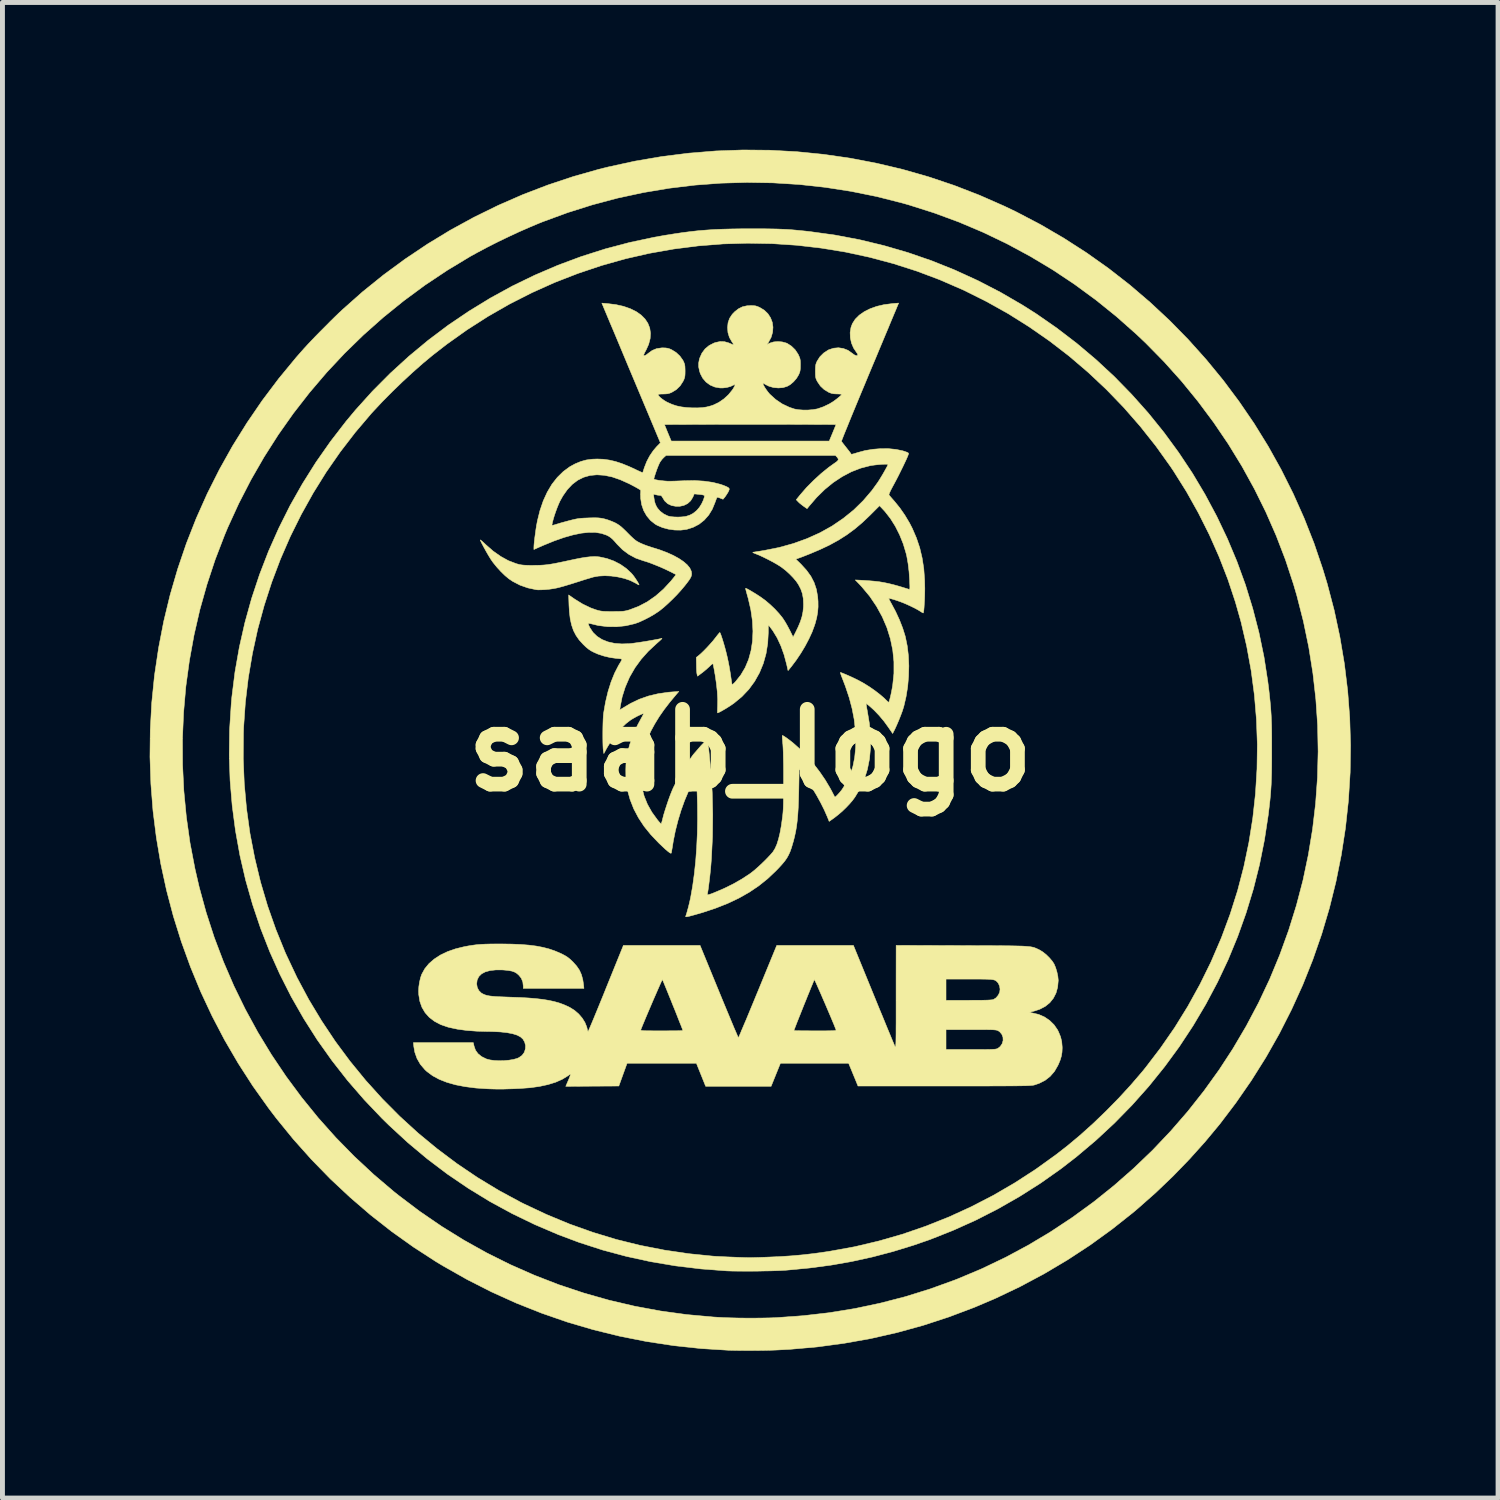
<source format=kicad_pcb>
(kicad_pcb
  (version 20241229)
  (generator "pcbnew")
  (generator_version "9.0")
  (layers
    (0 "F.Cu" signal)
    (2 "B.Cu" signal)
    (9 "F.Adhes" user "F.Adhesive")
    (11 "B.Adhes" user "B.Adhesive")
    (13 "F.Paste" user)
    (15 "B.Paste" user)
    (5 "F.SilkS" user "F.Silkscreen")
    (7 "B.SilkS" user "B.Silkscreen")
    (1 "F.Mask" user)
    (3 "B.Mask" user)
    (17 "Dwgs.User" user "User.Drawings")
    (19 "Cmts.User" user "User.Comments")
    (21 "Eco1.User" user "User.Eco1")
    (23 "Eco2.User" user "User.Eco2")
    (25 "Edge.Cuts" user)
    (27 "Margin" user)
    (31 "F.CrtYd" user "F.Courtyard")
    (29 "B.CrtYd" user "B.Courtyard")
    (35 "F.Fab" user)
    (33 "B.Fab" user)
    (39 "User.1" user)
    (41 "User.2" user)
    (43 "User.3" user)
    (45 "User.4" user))
  (footprint "saab_logo"
    (layer "F.Cu")
    (at 12.233 12.234)
    (property "Reference" "saab_logo" (at 0 0 0) (layer "F.SilkS") (effects (font (size 1.524 1.524) (thickness 0.3))))
    (attr through_hole)
    (fp_poly (pts (xy -5.491 -4.282) (xy -5.468 -4.263) (xy -5.433 -4.232) (xy -5.392 -4.193) (xy -5.239 -4.059) (xy -5.083 -3.949) (xy -4.927 -3.863) (xy -4.77 -3.803) (xy -4.743 -3.795) (xy -4.702 -3.784) (xy -4.662 -3.777) (xy -4.618 -3.772) (xy -4.565 -3.769) (xy -4.497 -3.767) (xy -4.42 -3.767) (xy -4.342 -3.768) (xy -4.272 -3.77) (xy -4.207 -3.774) (xy -4.142 -3.78) (xy -4.073 -3.79) (xy -3.995 -3.803) (xy -3.905 -3.821) (xy -3.799 -3.843) (xy -3.684 -3.868) (xy -3.551 -3.896) (xy -3.438 -3.918) (xy -3.343 -3.933) (xy -3.262 -3.942) (xy -3.191 -3.946) (xy -3.127 -3.945) (xy -3.068 -3.939) (xy -2.921 -3.907) (xy -2.779 -3.856) (xy -2.645 -3.787) (xy -2.525 -3.703) (xy -2.422 -3.607) (xy -2.396 -3.577) (xy -2.368 -3.541) (xy -2.339 -3.499) (xy -2.31 -3.455) (xy -2.286 -3.416) (xy -2.27 -3.386) (xy -2.265 -3.37) (xy -2.265 -3.369) (xy -2.277 -3.373) (xy -2.305 -3.387) (xy -2.342 -3.409) (xy -2.343 -3.409) (xy -2.445 -3.46) (xy -2.565 -3.501) (xy -2.696 -3.531) (xy -2.831 -3.55) (xy -2.965 -3.556) (xy -3.09 -3.549) (xy -3.19 -3.531) (xy -3.232 -3.519) (xy -3.292 -3.501) (xy -3.366 -3.479) (xy -3.447 -3.453) (xy -3.531 -3.426) (xy -3.545 -3.422) (xy -3.632 -3.394) (xy -3.721 -3.367) (xy -3.805 -3.342) (xy -3.878 -3.322) (xy -3.934 -3.308) (xy -3.937 -3.307) (xy -4.011 -3.293) (xy -4.093 -3.281) (xy -4.178 -3.273) (xy -4.257 -3.269) (xy -4.325 -3.268) (xy -4.362 -3.272) (xy -4.531 -3.308) (xy -4.69 -3.364) (xy -4.837 -3.44) (xy -4.916 -3.493) (xy -4.994 -3.558) (xy -5.078 -3.639) (xy -5.161 -3.73) (xy -5.238 -3.825) (xy -5.26 -3.856) (xy -5.286 -3.894) (xy -5.317 -3.944) (xy -5.352 -4.003) (xy -5.388 -4.066) (xy -5.422 -4.128) (xy -5.453 -4.186) (xy -5.478 -4.234) (xy -5.494 -4.269) (xy -5.499 -4.286) (xy -5.491 -4.282)) (stroke (width 0.01) (type solid)) (fill yes) (layer "F.SilkS"))
    (fp_poly (pts (xy 0.399 -12.224) (xy 0.947 -12.194) (xy 1.492 -12.14) (xy 2.034 -12.062) (xy 2.572 -11.959) (xy 3.105 -11.833) (xy 3.633 -11.682) (xy 4.154 -11.507) (xy 4.668 -11.308) (xy 5.175 -11.085) (xy 5.423 -10.966) (xy 5.914 -10.709) (xy 6.39 -10.431) (xy 6.853 -10.133) (xy 7.3 -9.816) (xy 7.731 -9.48) (xy 8.146 -9.125) (xy 8.544 -8.754) (xy 8.925 -8.365) (xy 9.288 -7.96) (xy 9.633 -7.54) (xy 9.958 -7.105) (xy 10.265 -6.656) (xy 10.551 -6.193) (xy 10.816 -5.717) (xy 11.06 -5.229) (xy 11.283 -4.729) (xy 11.484 -4.219) (xy 11.661 -3.698) (xy 11.754 -3.391) (xy 11.895 -2.854) (xy 12.011 -2.311) (xy 12.103 -1.764) (xy 12.17 -1.213) (xy 12.212 -0.66) (xy 12.229 -0.106) (xy 12.221 0.448) (xy 12.187 1.001) (xy 12.185 1.029) (xy 12.125 1.584) (xy 12.04 2.134) (xy 11.931 2.678) (xy 11.798 3.215) (xy 11.641 3.744) (xy 11.46 4.265) (xy 11.256 4.777) (xy 11.028 5.279) (xy 10.778 5.772) (xy 10.505 6.254) (xy 10.209 6.725) (xy 9.891 7.184) (xy 9.565 7.614) (xy 9.266 7.974) (xy 8.946 8.33) (xy 8.609 8.678) (xy 8.259 9.013) (xy 7.9 9.33) (xy 7.806 9.41) (xy 7.371 9.755) (xy 6.922 10.08) (xy 6.458 10.384) (xy 5.981 10.667) (xy 5.492 10.928) (xy 4.992 11.166) (xy 4.562 11.349) (xy 4.044 11.544) (xy 3.521 11.715) (xy 2.992 11.861) (xy 2.456 11.983) (xy 1.913 12.08) (xy 1.363 12.154) (xy 0.806 12.203) (xy 0.54 12.217) (xy 0.433 12.221) (xy 0.31 12.224) (xy 0.175 12.226) (xy 0.035 12.227) (xy -0.103 12.227) (xy -0.234 12.226) (xy -0.351 12.224) (xy -0.438 12.222) (xy -1.004 12.187) (xy -1.563 12.127) (xy -2.115 12.043) (xy -2.66 11.935) (xy -3.197 11.803) (xy -3.728 11.647) (xy -4.25 11.466) (xy -4.764 11.262) (xy -5.269 11.034) (xy -5.765 10.782) (xy -6.253 10.506) (xy -6.401 10.417) (xy -6.858 10.121) (xy -7.303 9.804) (xy -7.734 9.466) (xy -8.151 9.107) (xy -8.553 8.731) (xy -8.938 8.336) (xy -9.306 7.924) (xy -9.654 7.497) (xy -9.812 7.289) (xy -10.133 6.838) (xy -10.432 6.374) (xy -10.709 5.899) (xy -10.963 5.413) (xy -11.195 4.917) (xy -11.403 4.412) (xy -11.589 3.899) (xy -11.752 3.378) (xy -11.891 2.85) (xy -12.007 2.316) (xy -12.098 1.778) (xy -12.166 1.234) (xy -12.209 0.687) (xy -12.228 0.138) (xy -12.224 -0.239) (xy -11.566 -0.239) (xy -11.564 0.293) (xy -11.538 0.826) (xy -11.487 1.358) (xy -11.412 1.888) (xy -11.311 2.415) (xy -11.225 2.788) (xy -11.084 3.303) (xy -10.919 3.811) (xy -10.73 4.31) (xy -10.519 4.799) (xy -10.285 5.278) (xy -10.03 5.745) (xy -9.753 6.201) (xy -9.455 6.644) (xy -9.137 7.073) (xy -8.8 7.488) (xy -8.443 7.888) (xy -8.067 8.272) (xy -7.673 8.639) (xy -7.261 8.989) (xy -7.167 9.064) (xy -6.735 9.391) (xy -6.29 9.696) (xy -5.833 9.979) (xy -5.365 10.24) (xy -4.886 10.478) (xy -4.396 10.694) (xy -3.898 10.887) (xy -3.391 11.056) (xy -2.876 11.202) (xy -2.355 11.324) (xy -1.827 11.422) (xy -1.294 11.495) (xy -0.757 11.544) (xy -0.552 11.556) (xy -0.409 11.561) (xy -0.249 11.565) (xy -0.079 11.567) (xy 0.093 11.567) (xy 0.26 11.565) (xy 0.415 11.562) (xy 0.535 11.557) (xy 1.076 11.518) (xy 1.608 11.457) (xy 2.131 11.372) (xy 2.646 11.263) (xy 3.156 11.131) (xy 3.661 10.974) (xy 4.162 10.793) (xy 4.229 10.767) (xy 4.718 10.561) (xy 5.196 10.332) (xy 5.664 10.081) (xy 6.12 9.808) (xy 6.564 9.514) (xy 6.994 9.201) (xy 7.409 8.868) (xy 7.81 8.516) (xy 8.195 8.147) (xy 8.562 7.76) (xy 8.912 7.357) (xy 9.243 6.938) (xy 9.555 6.504) (xy 9.829 6.084) (xy 10.103 5.619) (xy 10.355 5.143) (xy 10.583 4.659) (xy 10.787 4.166) (xy 10.968 3.666) (xy 11.126 3.159) (xy 11.26 2.647) (xy 11.369 2.129) (xy 11.455 1.607) (xy 11.517 1.082) (xy 11.555 0.554) (xy 11.568 0.025) (xy 11.558 -0.506) (xy 11.522 -1.037) (xy 11.462 -1.568) (xy 11.378 -2.098) (xy 11.269 -2.625) (xy 11.135 -3.15) (xy 11.066 -3.385) (xy 10.903 -3.881) (xy 10.715 -4.37) (xy 10.504 -4.852) (xy 10.27 -5.325) (xy 10.015 -5.788) (xy 9.738 -6.24) (xy 9.44 -6.679) (xy 9.122 -7.106) (xy 8.786 -7.518) (xy 8.43 -7.915) (xy 8.057 -8.295) (xy 7.868 -8.474) (xy 7.462 -8.834) (xy 7.042 -9.173) (xy 6.607 -9.492) (xy 6.159 -9.79) (xy 5.698 -10.066) (xy 5.225 -10.321) (xy 4.741 -10.553) (xy 4.247 -10.762) (xy 3.742 -10.948) (xy 3.229 -11.111) (xy 3.098 -11.148) (xy 2.579 -11.28) (xy 2.055 -11.386) (xy 1.528 -11.468) (xy 0.998 -11.526) (xy 0.467 -11.559) (xy -0.066 -11.568) (xy -0.597 -11.553) (xy -1.128 -11.513) (xy -1.656 -11.449) (xy -2.18 -11.361) (xy -2.7 -11.249) (xy -3.215 -11.112) (xy -3.723 -10.952) (xy -4.224 -10.768) (xy -4.299 -10.738) (xy -4.499 -10.654) (xy -4.711 -10.561) (xy -4.928 -10.46) (xy -5.144 -10.356) (xy -5.353 -10.25) (xy -5.549 -10.146) (xy -5.705 -10.06) (xy -6.172 -9.778) (xy -6.624 -9.477) (xy -7.059 -9.156) (xy -7.478 -8.817) (xy -7.88 -8.46) (xy -8.264 -8.086) (xy -8.631 -7.694) (xy -8.978 -7.287) (xy -9.307 -6.864) (xy -9.616 -6.426) (xy -9.904 -5.974) (xy -10.172 -5.508) (xy -10.419 -5.028) (xy -10.644 -4.537) (xy -10.709 -4.381) (xy -10.9 -3.884) (xy -11.067 -3.379) (xy -11.211 -2.868) (xy -11.33 -2.35) (xy -11.425 -1.827) (xy -11.497 -1.3) (xy -11.543 -0.771) (xy -11.566 -0.239) (xy -12.224 -0.239) (xy -12.222 -0.414) (xy -12.192 -0.967) (xy -12.136 -1.521) (xy -12.134 -1.537) (xy -12.052 -2.087) (xy -11.947 -2.63) (xy -11.817 -3.167) (xy -11.663 -3.695) (xy -11.486 -4.215) (xy -11.285 -4.726) (xy -11.061 -5.228) (xy -10.814 -5.719) (xy -10.545 -6.2) (xy -10.253 -6.669) (xy -9.94 -7.127) (xy -9.604 -7.573) (xy -9.247 -8.006) (xy -9.089 -8.185) (xy -9.023 -8.257) (xy -8.942 -8.343) (xy -8.851 -8.438) (xy -8.753 -8.538) (xy -8.651 -8.64) (xy -8.551 -8.741) (xy -8.455 -8.835) (xy -8.368 -8.919) (xy -8.309 -8.974) (xy -7.9 -9.337) (xy -7.474 -9.681) (xy -7.032 -10.006) (xy -6.577 -10.311) (xy -6.108 -10.596) (xy -5.627 -10.859) (xy -5.135 -11.1) (xy -4.634 -11.319) (xy -4.123 -11.515) (xy -3.604 -11.688) (xy -3.079 -11.837) (xy -2.897 -11.882) (xy -2.351 -12.001) (xy -1.802 -12.095) (xy -1.252 -12.164) (xy -0.701 -12.209) (xy -0.151 -12.229) (xy 0.399 -12.224)) (stroke (width 0.01) (type solid)) (fill yes) (layer "F.SilkS"))
    (fp_poly (pts (xy 0.163 -10.623) (xy 0.305 -10.623) (xy 0.429 -10.621) (xy 0.539 -10.619) (xy 0.64 -10.615) (xy 0.734 -10.611) (xy 0.826 -10.605) (xy 0.92 -10.597) (xy 1.02 -10.587) (xy 1.13 -10.576) (xy 1.219 -10.566) (xy 1.725 -10.496) (xy 2.227 -10.401) (xy 2.724 -10.281) (xy 3.215 -10.138) (xy 3.699 -9.971) (xy 4.174 -9.78) (xy 4.641 -9.566) (xy 5.097 -9.33) (xy 5.543 -9.071) (xy 5.818 -8.897) (xy 6.242 -8.603) (xy 6.651 -8.29) (xy 7.042 -7.96) (xy 7.416 -7.613) (xy 7.771 -7.249) (xy 8.109 -6.87) (xy 8.427 -6.476) (xy 8.726 -6.068) (xy 9.006 -5.647) (xy 9.264 -5.214) (xy 9.502 -4.769) (xy 9.719 -4.313) (xy 9.914 -3.848) (xy 10.087 -3.373) (xy 10.236 -2.889) (xy 10.363 -2.398) (xy 10.466 -1.9) (xy 10.544 -1.396) (xy 10.566 -1.219) (xy 10.579 -1.1) (xy 10.59 -0.994) (xy 10.599 -0.896) (xy 10.606 -0.802) (xy 10.612 -0.71) (xy 10.616 -0.614) (xy 10.62 -0.512) (xy 10.622 -0.398) (xy 10.623 -0.27) (xy 10.623 -0.123) (xy 10.623 0) (xy 10.623 0.174) (xy 10.622 0.327) (xy 10.62 0.463) (xy 10.616 0.585) (xy 10.612 0.698) (xy 10.605 0.805) (xy 10.597 0.912) (xy 10.587 1.02) (xy 10.574 1.136) (xy 10.559 1.262) (xy 10.553 1.314) (xy 10.475 1.825) (xy 10.374 2.33) (xy 10.249 2.827) (xy 10.1 3.316) (xy 9.929 3.795) (xy 9.735 4.266) (xy 9.518 4.726) (xy 9.28 5.174) (xy 9.021 5.611) (xy 8.741 6.036) (xy 8.44 6.447) (xy 8.119 6.845) (xy 7.779 7.227) (xy 7.419 7.595) (xy 7.041 7.946) (xy 6.644 8.281) (xy 6.325 8.528) (xy 5.914 8.818) (xy 5.487 9.089) (xy 5.046 9.341) (xy 4.594 9.572) (xy 4.131 9.78) (xy 3.662 9.966) (xy 3.327 10.082) (xy 2.907 10.211) (xy 2.49 10.321) (xy 2.071 10.413) (xy 1.645 10.488) (xy 1.208 10.546) (xy 0.755 10.589) (xy 0.718 10.592) (xy 0.635 10.597) (xy 0.531 10.601) (xy 0.412 10.605) (xy 0.283 10.607) (xy 0.147 10.61) (xy 0.011 10.611) (xy -0.121 10.611) (xy -0.245 10.61) (xy -0.355 10.609) (xy -0.446 10.606) (xy -0.476 10.605) (xy -1.003 10.565) (xy -1.519 10.503) (xy -2.025 10.418) (xy -2.521 10.31) (xy -3.009 10.179) (xy -3.488 10.024) (xy -3.905 9.868) (xy -4.387 9.662) (xy -4.854 9.436) (xy -5.306 9.19) (xy -5.744 8.922) (xy -6.168 8.634) (xy -6.578 8.324) (xy -6.975 7.992) (xy -7.359 7.638) (xy -7.5 7.5) (xy -7.861 7.121) (xy -8.202 6.728) (xy -8.521 6.32) (xy -8.82 5.899) (xy -9.096 5.465) (xy -9.352 5.017) (xy -9.585 4.556) (xy -9.786 4.108) (xy -9.974 3.628) (xy -10.138 3.14) (xy -10.279 2.645) (xy -10.395 2.144) (xy -10.486 1.638) (xy -10.553 1.128) (xy -10.596 0.614) (xy -10.611 0.169) (xy -10.328 0.169) (xy -10.307 0.681) (xy -10.261 1.189) (xy -10.191 1.693) (xy -10.095 2.191) (xy -9.976 2.684) (xy -9.832 3.171) (xy -9.663 3.651) (xy -9.471 4.123) (xy -9.451 4.167) (xy -9.234 4.627) (xy -8.995 5.074) (xy -8.734 5.508) (xy -8.454 5.928) (xy -8.153 6.334) (xy -7.834 6.724) (xy -7.496 7.098) (xy -7.14 7.456) (xy -6.768 7.796) (xy -6.379 8.117) (xy -5.975 8.42) (xy -5.556 8.703) (xy -5.122 8.966) (xy -4.676 9.207) (xy -4.608 9.241) (xy -4.146 9.458) (xy -3.68 9.651) (xy -3.208 9.819) (xy -2.731 9.964) (xy -2.246 10.084) (xy -1.752 10.181) (xy -1.249 10.255) (xy -0.806 10.3) (xy -0.752 10.305) (xy -0.693 10.309) (xy -0.628 10.312) (xy -0.553 10.316) (xy -0.466 10.32) (xy -0.363 10.324) (xy -0.241 10.329) (xy -0.098 10.334) (xy -0.044 10.335) (xy -0.018 10.335) (xy 0.029 10.335) (xy 0.095 10.333) (xy 0.173 10.331) (xy 0.261 10.328) (xy 0.343 10.325) (xy 0.602 10.314) (xy 0.844 10.298) (xy 1.077 10.277) (xy 1.309 10.25) (xy 1.549 10.216) (xy 1.632 10.203) (xy 2.127 10.113) (xy 2.616 9.997) (xy 3.1 9.858) (xy 3.576 9.694) (xy 4.044 9.508) (xy 4.503 9.298) (xy 4.952 9.066) (xy 5.39 8.811) (xy 5.816 8.535) (xy 6.23 8.237) (xy 6.458 8.06) (xy 6.72 7.841) (xy 6.986 7.602) (xy 7.249 7.349) (xy 7.507 7.086) (xy 7.753 6.818) (xy 7.984 6.549) (xy 8.053 6.464) (xy 8.359 6.063) (xy 8.647 5.647) (xy 8.914 5.215) (xy 9.16 4.77) (xy 9.385 4.313) (xy 9.587 3.844) (xy 9.601 3.81) (xy 9.776 3.338) (xy 9.928 2.858) (xy 10.055 2.371) (xy 10.158 1.879) (xy 10.237 1.383) (xy 10.292 0.884) (xy 10.323 0.383) (xy 10.33 -0.12) (xy 10.312 -0.623) (xy 10.27 -1.125) (xy 10.204 -1.624) (xy 10.113 -2.121) (xy 9.998 -2.614) (xy 9.882 -3.023) (xy 9.729 -3.484) (xy 9.551 -3.942) (xy 9.351 -4.393) (xy 9.129 -4.835) (xy 8.888 -5.266) (xy 8.627 -5.682) (xy 8.562 -5.779) (xy 8.264 -6.196) (xy 7.946 -6.597) (xy 7.611 -6.981) (xy 7.257 -7.348) (xy 6.887 -7.696) (xy 6.501 -8.026) (xy 6.099 -8.336) (xy 5.682 -8.626) (xy 5.252 -8.896) (xy 4.808 -9.144) (xy 4.351 -9.372) (xy 3.882 -9.576) (xy 3.867 -9.583) (xy 3.397 -9.76) (xy 2.919 -9.913) (xy 2.434 -10.043) (xy 1.943 -10.149) (xy 1.448 -10.23) (xy 0.949 -10.288) (xy 0.448 -10.321) (xy -0.055 -10.33) (xy -0.558 -10.315) (xy -1.061 -10.275) (xy -1.562 -10.211) (xy -2.059 -10.123) (xy -2.54 -10.013) (xy -3.03 -9.875) (xy -3.513 -9.713) (xy -3.986 -9.529) (xy -4.449 -9.321) (xy -4.902 -9.091) (xy -5.342 -8.839) (xy -5.77 -8.565) (xy -6.183 -8.271) (xy -6.464 -8.053) (xy -6.666 -7.885) (xy -6.876 -7.7) (xy -7.088 -7.504) (xy -7.296 -7.303) (xy -7.495 -7.102) (xy -7.679 -6.905) (xy -7.717 -6.864) (xy -8.044 -6.479) (xy -8.351 -6.08) (xy -8.638 -5.667) (xy -8.903 -5.241) (xy -9.147 -4.803) (xy -9.37 -4.354) (xy -9.57 -3.894) (xy -9.747 -3.426) (xy -9.902 -2.948) (xy -10.034 -2.464) (xy -10.141 -1.972) (xy -10.225 -1.476) (xy -10.285 -0.974) (xy -10.32 -0.468) (xy -10.324 -0.346) (xy -10.328 0.169) (xy -10.611 0.169) (xy -10.613 0.098) (xy -10.606 -0.42) (xy -10.573 -0.939) (xy -10.56 -1.086) (xy -10.496 -1.597) (xy -10.407 -2.103) (xy -10.294 -2.602) (xy -10.157 -3.095) (xy -9.996 -3.58) (xy -9.812 -4.057) (xy -9.604 -4.525) (xy -9.375 -4.983) (xy -9.122 -5.43) (xy -8.848 -5.866) (xy -8.551 -6.29) (xy -8.234 -6.701) (xy -8.042 -6.931) (xy -7.696 -7.315) (xy -7.333 -7.68) (xy -6.954 -8.026) (xy -6.56 -8.353) (xy -6.152 -8.66) (xy -5.729 -8.946) (xy -5.294 -9.212) (xy -4.847 -9.457) (xy -4.389 -9.679) (xy -3.92 -9.88) (xy -3.442 -10.058) (xy -2.955 -10.213) (xy -2.46 -10.344) (xy -1.958 -10.451) (xy -1.746 -10.489) (xy -1.558 -10.519) (xy -1.384 -10.545) (xy -1.22 -10.566) (xy -1.06 -10.584) (xy -0.902 -10.597) (xy -0.74 -10.608) (xy -0.57 -10.615) (xy -0.388 -10.62) (xy -0.188 -10.623) (xy 0 -10.623) (xy 0.163 -10.623)) (stroke (width 0.01) (type solid)) (fill yes) (layer "F.SilkS"))
    (fp_poly (pts (xy -5.061 3.945) (xy -4.855 3.948) (xy -4.672 3.956) (xy -4.507 3.969) (xy -4.359 3.988) (xy -4.224 4.014) (xy -4.099 4.046) (xy -3.982 4.086) (xy -3.869 4.134) (xy -3.835 4.15) (xy -3.771 4.184) (xy -3.719 4.217) (xy -3.669 4.257) (xy -3.613 4.31) (xy -3.612 4.311) (xy -3.536 4.396) (xy -3.479 4.48) (xy -3.439 4.57) (xy -3.411 4.673) (xy -3.396 4.772) (xy -3.388 4.851) (xy -4.623 4.851) (xy -4.623 4.806) (xy -4.633 4.719) (xy -4.664 4.643) (xy -4.711 4.584) (xy -4.753 4.546) (xy -4.8 4.518) (xy -4.857 4.498) (xy -4.929 4.485) (xy -5.019 4.476) (xy -5.049 4.474) (xy -5.185 4.474) (xy -5.301 4.487) (xy -5.398 4.514) (xy -5.473 4.554) (xy -5.528 4.608) (xy -5.561 4.675) (xy -5.563 4.68) (xy -5.573 4.758) (xy -5.561 4.831) (xy -5.529 4.894) (xy -5.478 4.945) (xy -5.448 4.962) (xy -5.417 4.976) (xy -5.385 4.988) (xy -5.349 4.997) (xy -5.304 5.005) (xy -5.249 5.011) (xy -5.181 5.017) (xy -5.096 5.021) (xy -4.991 5.025) (xy -4.883 5.029) (xy -4.686 5.036) (xy -4.513 5.046) (xy -4.359 5.059) (xy -4.222 5.075) (xy -4.101 5.095) (xy -3.991 5.119) (xy -3.892 5.147) (xy -3.799 5.181) (xy -3.711 5.22) (xy -3.677 5.237) (xy -3.582 5.296) (xy -3.496 5.37) (xy -3.423 5.455) (xy -3.367 5.545) (xy -3.33 5.637) (xy -3.321 5.676) (xy -3.314 5.708) (xy -3.305 5.726) (xy -3.303 5.728) (xy -3.297 5.716) (xy -3.289 5.699) (xy -2.23 5.699) (xy -2.227 5.704) (xy -2.216 5.707) (xy -2.195 5.71) (xy -2.162 5.712) (xy -2.115 5.714) (xy -2.051 5.714) (xy -1.968 5.715) (xy -1.862 5.715) (xy -1.805 5.715) (xy -1.703 5.715) (xy -1.609 5.714) (xy -1.527 5.714) (xy -1.46 5.713) (xy -1.409 5.711) (xy -1.379 5.71) (xy -1.372 5.709) (xy -1.376 5.695) (xy -1.389 5.661) (xy -1.409 5.609) (xy -1.436 5.543) (xy -1.467 5.464) (xy -1.501 5.377) (xy -1.538 5.284) (xy -1.577 5.189) (xy -1.615 5.093) (xy -1.653 5) (xy -1.688 4.913) (xy -1.72 4.835) (xy -1.747 4.769) (xy -1.768 4.718) (xy -1.783 4.684) (xy -1.789 4.671) (xy -1.789 4.671) (xy -1.795 4.681) (xy -1.81 4.711) (xy -1.832 4.759) (xy -1.86 4.823) (xy -1.893 4.898) (xy -1.93 4.983) (xy -1.97 5.074) (xy -2.011 5.17) (xy -2.052 5.266) (xy -2.092 5.36) (xy -2.13 5.45) (xy -2.164 5.532) (xy -2.194 5.604) (xy -2.218 5.663) (xy -2.229 5.693) (xy -2.23 5.699) (xy -3.289 5.699) (xy -3.282 5.683) (xy -3.259 5.63) (xy -3.229 5.559) (xy -3.192 5.471) (xy -3.15 5.369) (xy -3.103 5.255) (xy -3.052 5.13) (xy -2.997 4.996) (xy -2.94 4.854) (xy -2.939 4.851) (xy -2.584 3.975) (xy -1.803 3.975) (xy -1.022 3.975) (xy -0.636 4.915) (xy -0.576 5.061) (xy -0.518 5.201) (xy -0.464 5.331) (xy -0.414 5.451) (xy -0.369 5.559) (xy -0.33 5.653) (xy -0.296 5.731) (xy -0.27 5.792) (xy -0.252 5.833) (xy -0.243 5.853) (xy -0.241 5.855) (xy -0.235 5.843) (xy -0.22 5.81) (xy -0.197 5.757) (xy -0.177 5.709) (xy 0.889 5.709) (xy 0.889 5.709) (xy 0.901 5.71) (xy 0.936 5.712) (xy 0.99 5.713) (xy 1.061 5.714) (xy 1.146 5.714) (xy 1.241 5.715) (xy 1.322 5.715) (xy 1.439 5.715) (xy 1.532 5.715) (xy 1.605 5.714) (xy 1.66 5.713) (xy 1.699 5.711) (xy 1.725 5.709) (xy 1.74 5.706) (xy 1.747 5.701) (xy 1.748 5.696) (xy 1.747 5.693) (xy 1.73 5.65) (xy 1.707 5.591) (xy 1.677 5.52) (xy 1.643 5.438) (xy 1.605 5.349) (xy 1.565 5.255) (xy 1.524 5.159) (xy 1.483 5.065) (xy 1.444 4.974) (xy 1.407 4.89) (xy 1.374 4.816) (xy 1.347 4.754) (xy 1.325 4.707) (xy 1.311 4.679) (xy 1.306 4.671) (xy 1.3 4.684) (xy 1.286 4.717) (xy 1.265 4.769) (xy 1.237 4.835) (xy 1.206 4.913) (xy 1.17 5) (xy 1.133 5.093) (xy 1.094 5.188) (xy 1.056 5.284) (xy 1.019 5.377) (xy 0.984 5.464) (xy 0.953 5.542) (xy 0.927 5.609) (xy 0.907 5.661) (xy 0.894 5.695) (xy 0.889 5.709) (xy -0.177 5.709) (xy -0.167 5.685) (xy -0.13 5.597) (xy -0.086 5.495) (xy -0.038 5.379) (xy 0.014 5.253) (xy 0.071 5.116) (xy 0.13 4.972) (xy 0.154 4.915) (xy 0.54 3.975) (xy 1.321 3.975) (xy 2.102 3.975) (xy 2.514 4.982) (xy 2.576 5.134) (xy 2.636 5.281) (xy 2.694 5.42) (xy 2.747 5.55) (xy 2.795 5.667) (xy 2.839 5.772) (xy 2.876 5.862) (xy 2.906 5.934) (xy 2.929 5.988) (xy 2.943 6.022) (xy 2.948 6.032) (xy 2.952 6.04) (xy 2.956 6.043) (xy 2.959 6.042) (xy 2.961 6.034) (xy 2.963 6.018) (xy 2.965 5.993) (xy 2.967 5.956) (xy 2.968 5.906) (xy 2.969 5.843) (xy 2.97 5.763) (xy 2.97 5.69) (xy 3.988 5.69) (xy 3.988 6.096) (xy 4.493 6.096) (xy 4.621 6.096) (xy 4.726 6.096) (xy 4.81 6.095) (xy 4.877 6.094) (xy 4.929 6.092) (xy 4.968 6.09) (xy 4.996 6.087) (xy 5.017 6.083) (xy 5.032 6.078) (xy 5.042 6.074) (xy 5.093 6.034) (xy 5.131 5.978) (xy 5.151 5.911) (xy 5.148 5.845) (xy 5.124 5.784) (xy 5.081 5.734) (xy 5.056 5.717) (xy 5.043 5.71) (xy 5.03 5.705) (xy 5.013 5.7) (xy 4.991 5.697) (xy 4.96 5.694) (xy 4.919 5.692) (xy 4.865 5.691) (xy 4.794 5.69) (xy 4.706 5.69) (xy 4.596 5.69) (xy 4.497 5.69) (xy 3.988 5.69) (xy 2.97 5.69) (xy 2.97 5.666) (xy 2.971 5.551) (xy 2.971 5.414) (xy 2.971 5.256) (xy 2.971 5.075) (xy 2.971 5.026) (xy 2.971 4.661) (xy 3.988 4.661) (xy 3.988 5.093) (xy 4.452 5.093) (xy 4.58 5.092) (xy 4.686 5.092) (xy 4.77 5.091) (xy 4.836 5.089) (xy 4.886 5.086) (xy 4.922 5.083) (xy 4.946 5.079) (xy 4.957 5.075) (xy 5.008 5.042) (xy 5.051 4.991) (xy 5.081 4.93) (xy 5.082 4.926) (xy 5.089 4.866) (xy 5.079 4.803) (xy 5.054 4.747) (xy 5.038 4.726) (xy 5.022 4.71) (xy 5.007 4.697) (xy 4.99 4.686) (xy 4.967 4.678) (xy 4.938 4.672) (xy 4.898 4.667) (xy 4.846 4.664) (xy 4.778 4.662) (xy 4.693 4.661) (xy 4.588 4.661) (xy 4.465 4.661) (xy 3.988 4.661) (xy 2.971 4.661) (xy 2.972 3.974) (xy 4.308 3.978) (xy 4.527 3.979) (xy 4.722 3.98) (xy 4.895 3.98) (xy 5.047 3.981) (xy 5.179 3.982) (xy 5.294 3.983) (xy 5.393 3.985) (xy 5.477 3.987) (xy 5.549 3.989) (xy 5.608 3.993) (xy 5.658 3.997) (xy 5.7 4.001) (xy 5.735 4.007) (xy 5.764 4.013) (xy 5.79 4.021) (xy 5.813 4.03) (xy 5.836 4.04) (xy 5.86 4.051) (xy 5.886 4.064) (xy 5.892 4.066) (xy 5.957 4.106) (xy 6.027 4.161) (xy 6.094 4.227) (xy 6.151 4.294) (xy 6.189 4.352) (xy 6.22 4.425) (xy 6.247 4.513) (xy 6.266 4.602) (xy 6.274 4.683) (xy 6.274 4.692) (xy 6.262 4.825) (xy 6.229 4.945) (xy 6.175 5.051) (xy 6.102 5.142) (xy 6.009 5.217) (xy 5.898 5.275) (xy 5.796 5.309) (xy 5.75 5.321) (xy 5.714 5.331) (xy 5.695 5.338) (xy 5.693 5.339) (xy 5.702 5.343) (xy 5.729 5.348) (xy 5.75 5.351) (xy 5.876 5.381) (xy 5.993 5.432) (xy 6.098 5.503) (xy 6.188 5.591) (xy 6.26 5.695) (xy 6.279 5.733) (xy 6.321 5.835) (xy 6.345 5.932) (xy 6.354 6.037) (xy 6.355 6.064) (xy 6.351 6.151) (xy 6.338 6.229) (xy 6.315 6.308) (xy 6.279 6.395) (xy 6.265 6.424) (xy 6.196 6.543) (xy 6.109 6.643) (xy 6.007 6.723) (xy 5.887 6.784) (xy 5.791 6.817) (xy 5.778 6.82) (xy 5.763 6.823) (xy 5.745 6.825) (xy 5.722 6.827) (xy 5.693 6.829) (xy 5.657 6.831) (xy 5.612 6.833) (xy 5.557 6.834) (xy 5.491 6.835) (xy 5.413 6.836) (xy 5.321 6.837) (xy 5.213 6.837) (xy 5.089 6.838) (xy 4.948 6.838) (xy 4.787 6.839) (xy 4.607 6.839) (xy 4.404 6.839) (xy 4.179 6.839) (xy 3.952 6.839) (xy 2.195 6.839) (xy 2.133 6.687) (xy 2.105 6.62) (xy 2.078 6.554) (xy 2.054 6.495) (xy 2.037 6.455) (xy 2.004 6.375) (xy 0.615 6.375) (xy 0.52 6.61) (xy 0.425 6.845) (xy -0.908 6.845) (xy -1.097 6.375) (xy -2.509 6.375) (xy -2.593 6.607) (xy -2.677 6.839) (xy -3.218 6.842) (xy -3.758 6.846) (xy -3.716 6.747) (xy -3.688 6.682) (xy -3.671 6.637) (xy -3.663 6.611) (xy -3.665 6.601) (xy -3.678 6.605) (xy -3.7 6.621) (xy -3.719 6.634) (xy -3.83 6.702) (xy -3.963 6.761) (xy -4.118 6.809) (xy -4.292 6.847) (xy -4.485 6.874) (xy -4.695 6.889) (xy -4.699 6.889) (xy -4.824 6.895) (xy -4.929 6.898) (xy -5.02 6.901) (xy -5.101 6.901) (xy -5.18 6.901) (xy -5.261 6.899) (xy -5.347 6.896) (xy -5.588 6.88) (xy -5.807 6.852) (xy -6.004 6.814) (xy -6.18 6.764) (xy -6.335 6.703) (xy -6.47 6.63) (xy -6.585 6.545) (xy -6.628 6.505) (xy -6.72 6.397) (xy -6.788 6.279) (xy -6.833 6.151) (xy -6.853 6.037) (xy -6.862 5.956) (xy -5.641 5.956) (xy -5.626 6.026) (xy -5.597 6.109) (xy -5.546 6.18) (xy -5.474 6.239) (xy -5.379 6.286) (xy -5.374 6.288) (xy -5.303 6.307) (xy -5.216 6.319) (xy -5.118 6.324) (xy -5.016 6.322) (xy -4.917 6.313) (xy -4.825 6.298) (xy -4.749 6.277) (xy -4.713 6.261) (xy -4.649 6.216) (xy -4.605 6.157) (xy -4.581 6.089) (xy -4.577 6.016) (xy -4.595 5.944) (xy -4.63 5.884) (xy -4.678 5.84) (xy -4.747 5.803) (xy -4.839 5.774) (xy -4.954 5.752) (xy -5.092 5.737) (xy -5.255 5.729) (xy -5.353 5.728) (xy -5.571 5.722) (xy -5.774 5.707) (xy -5.96 5.682) (xy -6.125 5.647) (xy -6.16 5.638) (xy -6.305 5.588) (xy -6.432 5.521) (xy -6.538 5.44) (xy -6.623 5.345) (xy -6.688 5.235) (xy -6.731 5.112) (xy -6.753 4.976) (xy -6.756 4.905) (xy -6.751 4.816) (xy -6.737 4.722) (xy -6.716 4.632) (xy -6.692 4.563) (xy -6.63 4.45) (xy -6.545 4.346) (xy -6.438 4.253) (xy -6.312 4.171) (xy -6.166 4.101) (xy -6.002 4.044) (xy -5.831 4.002) (xy -5.742 3.985) (xy -5.66 3.972) (xy -5.578 3.961) (xy -5.494 3.954) (xy -5.401 3.949) (xy -5.295 3.946) (xy -5.173 3.945) (xy -5.061 3.945)) (stroke (width 0.01) (type solid)) (fill yes) (layer "F.SilkS"))
    (fp_poly (pts (xy 2.986 -9.022) (xy 2.977 -8.999) (xy 2.958 -8.954) (xy 2.93 -8.888) (xy 2.895 -8.804) (xy 2.853 -8.704) (xy 2.805 -8.587) (xy 2.75 -8.457) (xy 2.691 -8.315) (xy 2.627 -8.163) (xy 2.56 -8.001) (xy 2.489 -7.833) (xy 2.416 -7.658) (xy 2.401 -7.622) (xy 2.329 -7.448) (xy 2.259 -7.281) (xy 2.193 -7.122) (xy 2.131 -6.972) (xy 2.074 -6.834) (xy 2.022 -6.707) (xy 1.977 -6.595) (xy 1.937 -6.498) (xy 1.905 -6.419) (xy 1.881 -6.357) (xy 1.865 -6.316) (xy 1.859 -6.296) (xy 1.859 -6.295) (xy 1.868 -6.28) (xy 1.891 -6.249) (xy 1.923 -6.208) (xy 1.961 -6.16) (xy 1.961 -6.16) (xy 1.998 -6.113) (xy 2.029 -6.073) (xy 2.05 -6.045) (xy 2.057 -6.031) (xy 2.057 -6.031) (xy 2.069 -6.031) (xy 2.099 -6.038) (xy 2.144 -6.051) (xy 2.188 -6.065) (xy 2.34 -6.106) (xy 2.5 -6.132) (xy 2.661 -6.145) (xy 2.82 -6.144) (xy 2.971 -6.129) (xy 3.109 -6.1) (xy 3.191 -6.072) (xy 3.216 -6.059) (xy 3.226 -6.046) (xy 3.22 -6.024) (xy 3.204 -5.983) (xy 3.179 -5.925) (xy 3.146 -5.855) (xy 3.108 -5.775) (xy 3.065 -5.688) (xy 3.02 -5.597) (xy 2.973 -5.506) (xy 2.926 -5.418) (xy 2.898 -5.367) (xy 2.86 -5.294) (xy 2.836 -5.241) (xy 2.826 -5.21) (xy 2.827 -5.2) (xy 2.84 -5.185) (xy 2.865 -5.155) (xy 2.9 -5.115) (xy 2.938 -5.072) (xy 3.046 -4.939) (xy 3.15 -4.789) (xy 3.245 -4.63) (xy 3.301 -4.521) (xy 3.385 -4.326) (xy 3.452 -4.127) (xy 3.501 -3.92) (xy 3.535 -3.702) (xy 3.552 -3.468) (xy 3.556 -3.294) (xy 3.555 -3.217) (xy 3.553 -3.136) (xy 3.55 -3.054) (xy 3.545 -2.978) (xy 3.541 -2.909) (xy 3.536 -2.854) (xy 3.53 -2.815) (xy 3.525 -2.797) (xy 3.525 -2.797) (xy 3.513 -2.801) (xy 3.488 -2.816) (xy 3.472 -2.826) (xy 3.419 -2.859) (xy 3.349 -2.897) (xy 3.267 -2.937) (xy 3.182 -2.976) (xy 3.113 -3.005) (xy 3.056 -3.027) (xy 2.996 -3.048) (xy 2.938 -3.067) (xy 2.887 -3.082) (xy 2.847 -3.092) (xy 2.825 -3.094) (xy 2.822 -3.093) (xy 2.826 -3.081) (xy 2.84 -3.052) (xy 2.862 -3.011) (xy 2.875 -2.988) (xy 2.961 -2.827) (xy 3.039 -2.658) (xy 3.105 -2.489) (xy 3.156 -2.327) (xy 3.162 -2.301) (xy 3.199 -2.121) (xy 3.222 -1.925) (xy 3.231 -1.719) (xy 3.225 -1.507) (xy 3.207 -1.296) (xy 3.174 -1.091) (xy 3.129 -0.897) (xy 3.124 -0.881) (xy 3.099 -0.801) (xy 3.064 -0.707) (xy 3.024 -0.607) (xy 2.982 -0.509) (xy 2.942 -0.422) (xy 2.932 -0.403) (xy 2.901 -0.342) (xy 2.816 -0.466) (xy 2.727 -0.589) (xy 2.628 -0.707) (xy 2.527 -0.813) (xy 2.458 -0.876) (xy 2.419 -0.91) (xy 2.387 -0.936) (xy 2.367 -0.951) (xy 2.363 -0.953) (xy 2.362 -0.941) (xy 2.366 -0.909) (xy 2.373 -0.863) (xy 2.383 -0.81) (xy 2.427 -0.546) (xy 2.449 -0.293) (xy 2.45 -0.052) (xy 2.429 0.176) (xy 2.386 0.391) (xy 2.323 0.593) (xy 2.237 0.782) (xy 2.131 0.957) (xy 2.082 1.023) (xy 2.024 1.091) (xy 1.952 1.167) (xy 1.872 1.244) (xy 1.79 1.314) (xy 1.715 1.373) (xy 1.715 1.373) (xy 1.608 1.449) (xy 1.568 1.35) (xy 1.509 1.216) (xy 1.436 1.07) (xy 1.352 0.917) (xy 1.26 0.764) (xy 1.165 0.616) (xy 1.1 0.522) (xy 0.997 0.377) (xy 0.989 0.821) (xy 0.984 1.002) (xy 0.978 1.162) (xy 0.969 1.304) (xy 0.958 1.43) (xy 0.944 1.545) (xy 0.926 1.652) (xy 0.904 1.754) (xy 0.879 1.854) (xy 0.869 1.886) (xy 0.841 1.982) (xy 0.813 2.061) (xy 0.782 2.13) (xy 0.747 2.193) (xy 0.704 2.255) (xy 0.65 2.32) (xy 0.583 2.394) (xy 0.518 2.461) (xy 0.352 2.618) (xy 0.173 2.761) (xy -0.021 2.892) (xy -0.231 3.011) (xy -0.459 3.119) (xy -0.707 3.217) (xy -0.975 3.306) (xy -1.179 3.364) (xy -1.24 3.38) (xy -1.281 3.389) (xy -1.305 3.392) (xy -1.315 3.39) (xy -1.315 3.382) (xy -1.315 3.381) (xy -1.299 3.335) (xy -1.281 3.271) (xy -1.26 3.196) (xy -1.24 3.114) (xy -1.222 3.034) (xy -1.213 2.991) (xy -1.173 2.763) (xy -1.139 2.515) (xy -1.111 2.251) (xy -1.091 1.974) (xy -1.078 1.69) (xy -1.073 1.401) (xy -1.075 1.113) (xy -1.079 0.976) (xy -1.082 0.88) (xy -1.085 0.792) (xy -1.088 0.715) (xy -1.09 0.652) (xy -1.091 0.607) (xy -1.092 0.583) (xy -1.092 0.581) (xy -1.095 0.562) (xy -1.105 0.563) (xy -1.123 0.584) (xy -1.149 0.625) (xy -1.178 0.676) (xy -1.26 0.84) (xy -1.338 1.025) (xy -1.409 1.223) (xy -1.472 1.431) (xy -1.526 1.643) (xy -1.568 1.853) (xy -1.576 1.905) (xy -1.586 1.969) (xy -1.596 2.025) (xy -1.603 2.067) (xy -1.607 2.091) (xy -1.608 2.093) (xy -1.617 2.098) (xy -1.639 2.088) (xy -1.675 2.061) (xy -1.725 2.019) (xy -1.79 1.958) (xy -1.859 1.893) (xy -2.022 1.722) (xy -2.161 1.551) (xy -2.277 1.375) (xy -2.373 1.193) (xy -2.448 1.002) (xy -2.504 0.801) (xy -2.51 0.775) (xy -2.522 0.701) (xy -2.53 0.609) (xy -2.534 0.506) (xy -2.535 0.398) (xy -2.532 0.292) (xy -2.525 0.195) (xy -2.515 0.113) (xy -2.51 0.089) (xy -2.457 -0.112) (xy -2.384 -0.315) (xy -2.296 -0.512) (xy -2.224 -0.646) (xy -2.2 -0.689) (xy -2.183 -0.722) (xy -2.175 -0.742) (xy -2.176 -0.745) (xy -2.191 -0.744) (xy -2.222 -0.732) (xy -2.266 -0.712) (xy -2.317 -0.687) (xy -2.369 -0.658) (xy -2.418 -0.629) (xy -2.437 -0.617) (xy -2.534 -0.542) (xy -2.633 -0.446) (xy -2.73 -0.332) (xy -2.823 -0.205) (xy -2.908 -0.069) (xy -2.932 -0.027) (xy -2.982 0.067) (xy -2.993 0.005) (xy -2.997 -0.036) (xy -3 -0.097) (xy -3.002 -0.174) (xy -3.003 -0.262) (xy -3.003 -0.356) (xy -3.002 -0.451) (xy -3 -0.543) (xy -2.997 -0.626) (xy -2.993 -0.697) (xy -2.988 -0.749) (xy -2.987 -0.756) (xy -2.948 -0.982) (xy -2.897 -1.196) (xy -2.835 -1.393) (xy -2.763 -1.572) (xy -2.681 -1.731) (xy -2.65 -1.782) (xy -2.624 -1.826) (xy -2.615 -1.852) (xy -2.619 -1.86) (xy -2.639 -1.863) (xy -2.677 -1.868) (xy -2.725 -1.872) (xy -2.734 -1.873) (xy -2.855 -1.89) (xy -2.981 -1.92) (xy -3.103 -1.96) (xy -3.187 -1.997) (xy -3.246 -2.028) (xy -3.296 -2.062) (xy -3.347 -2.104) (xy -3.404 -2.159) (xy -3.484 -2.247) (xy -3.549 -2.34) (xy -3.601 -2.44) (xy -3.639 -2.551) (xy -3.667 -2.676) (xy -3.684 -2.819) (xy -3.692 -2.951) (xy -3.699 -3.165) (xy -3.58 -3.082) (xy -3.412 -2.978) (xy -3.247 -2.899) (xy -3.14 -2.861) (xy -3.098 -2.849) (xy -3.062 -2.84) (xy -3.025 -2.834) (xy -2.983 -2.83) (xy -2.931 -2.828) (xy -2.862 -2.827) (xy -2.8 -2.827) (xy -2.717 -2.828) (xy -2.653 -2.829) (xy -2.603 -2.831) (xy -2.563 -2.836) (xy -2.526 -2.843) (xy -2.488 -2.853) (xy -2.458 -2.862) (xy -2.274 -2.932) (xy -2.097 -3.025) (xy -1.928 -3.143) (xy -1.768 -3.283) (xy -1.616 -3.447) (xy -1.552 -3.526) (xy -1.511 -3.579) (xy -1.635 -3.642) (xy -1.726 -3.686) (xy -1.826 -3.731) (xy -1.929 -3.773) (xy -2.028 -3.812) (xy -2.117 -3.843) (xy -2.178 -3.861) (xy -2.33 -3.914) (xy -2.472 -3.99) (xy -2.6 -4.085) (xy -2.712 -4.198) (xy -2.713 -4.199) (xy -2.765 -4.259) (xy -2.807 -4.303) (xy -2.845 -4.335) (xy -2.884 -4.361) (xy -2.927 -4.383) (xy -3.033 -4.419) (xy -3.153 -4.438) (xy -3.289 -4.439) (xy -3.441 -4.423) (xy -3.609 -4.388) (xy -3.793 -4.336) (xy -3.995 -4.265) (xy -4.213 -4.176) (xy -4.334 -4.123) (xy -4.407 -4.09) (xy -4.407 -4.131) (xy -4.405 -4.178) (xy -4.399 -4.245) (xy -4.39 -4.324) (xy -4.378 -4.411) (xy -4.366 -4.5) (xy -4.353 -4.583) (xy -4.352 -4.586) (xy -4.039 -4.586) (xy -4.028 -4.583) (xy -3.999 -4.589) (xy -3.966 -4.599) (xy -3.927 -4.611) (xy -3.871 -4.628) (xy -3.803 -4.647) (xy -3.729 -4.667) (xy -3.696 -4.676) (xy -3.618 -4.696) (xy -3.556 -4.71) (xy -3.502 -4.72) (xy -3.448 -4.726) (xy -3.386 -4.73) (xy -3.307 -4.733) (xy -3.289 -4.734) (xy -3.206 -4.736) (xy -3.143 -4.736) (xy -3.092 -4.734) (xy -3.048 -4.729) (xy -3.006 -4.722) (xy -2.967 -4.713) (xy -2.899 -4.693) (xy -2.824 -4.665) (xy -2.757 -4.636) (xy -2.751 -4.633) (xy -2.708 -4.609) (xy -2.668 -4.583) (xy -2.628 -4.552) (xy -2.583 -4.511) (xy -2.527 -4.457) (xy -2.496 -4.425) (xy -2.437 -4.366) (xy -2.39 -4.322) (xy -2.352 -4.289) (xy -2.317 -4.263) (xy -2.281 -4.242) (xy -2.239 -4.221) (xy -2.235 -4.219) (xy -2.17 -4.191) (xy -2.095 -4.163) (xy -2.022 -4.139) (xy -2.007 -4.134) (xy -1.846 -4.084) (xy -1.699 -4.029) (xy -1.568 -3.97) (xy -1.455 -3.908) (xy -1.36 -3.844) (xy -1.285 -3.779) (xy -1.231 -3.713) (xy -1.201 -3.648) (xy -1.194 -3.6) (xy -1.196 -3.571) (xy -1.204 -3.541) (xy -1.22 -3.508) (xy -1.246 -3.467) (xy -1.285 -3.414) (xy -1.336 -3.349) (xy -1.41 -3.261) (xy -1.494 -3.168) (xy -1.585 -3.076) (xy -1.677 -2.988) (xy -1.765 -2.909) (xy -1.845 -2.845) (xy -1.867 -2.829) (xy -1.953 -2.772) (xy -2.051 -2.715) (xy -2.152 -2.663) (xy -2.249 -2.618) (xy -2.336 -2.585) (xy -2.355 -2.579) (xy -2.534 -2.537) (xy -2.721 -2.517) (xy -2.91 -2.519) (xy -3.096 -2.542) (xy -3.224 -2.573) (xy -3.263 -2.582) (xy -3.291 -2.586) (xy -3.3 -2.584) (xy -3.298 -2.57) (xy -3.287 -2.54) (xy -3.268 -2.5) (xy -3.266 -2.496) (xy -3.202 -2.4) (xy -3.119 -2.32) (xy -3.018 -2.256) (xy -2.9 -2.209) (xy -2.766 -2.179) (xy -2.616 -2.167) (xy -2.46 -2.172) (xy -2.412 -2.177) (xy -2.347 -2.186) (xy -2.269 -2.197) (xy -2.184 -2.21) (xy -2.097 -2.224) (xy -2.012 -2.239) (xy -1.934 -2.253) (xy -1.869 -2.265) (xy -1.82 -2.276) (xy -1.798 -2.281) (xy -1.798 -2.277) (xy -1.815 -2.258) (xy -1.846 -2.229) (xy -1.889 -2.191) (xy -1.907 -2.175) (xy -2.077 -2.017) (xy -2.223 -1.853) (xy -2.347 -1.683) (xy -2.451 -1.503) (xy -2.463 -1.48) (xy -2.547 -1.285) (xy -2.609 -1.089) (xy -2.647 -0.897) (xy -2.648 -0.89) (xy -2.657 -0.821) (xy -2.621 -0.845) (xy -2.441 -0.953) (xy -2.26 -1.04) (xy -2.072 -1.106) (xy -1.874 -1.153) (xy -1.662 -1.183) (xy -1.588 -1.189) (xy -1.455 -1.198) (xy -1.503 -1.142) (xy -1.638 -0.98) (xy -1.755 -0.828) (xy -1.856 -0.683) (xy -1.943 -0.541) (xy -2.02 -0.4) (xy -2.095 -0.239) (xy -2.152 -0.088) (xy -2.192 0.06) (xy -2.218 0.21) (xy -2.231 0.368) (xy -2.23 0.568) (xy -2.207 0.755) (xy -2.162 0.931) (xy -2.094 1.1) (xy -2.003 1.262) (xy -1.889 1.419) (xy -1.858 1.456) (xy -1.833 1.484) (xy -1.818 1.498) (xy -1.816 1.499) (xy -1.81 1.487) (xy -1.8 1.457) (xy -1.788 1.413) (xy -1.785 1.4) (xy -1.765 1.32) (xy -1.736 1.225) (xy -1.702 1.12) (xy -1.666 1.013) (xy -1.629 0.912) (xy -1.593 0.822) (xy -1.567 0.762) (xy -1.443 0.516) (xy -1.308 0.293) (xy -1.162 0.089) (xy -1.003 -0.095) (xy -0.975 -0.124) (xy -0.937 -0.162) (xy -0.905 -0.19) (xy -0.883 -0.206) (xy -0.876 -0.207) (xy -0.871 -0.191) (xy -0.865 -0.155) (xy -0.857 -0.104) (xy -0.848 -0.042) (xy -0.846 -0.025) (xy -0.803 0.408) (xy -0.775 0.854) (xy -0.764 1.307) (xy -0.769 1.759) (xy -0.791 2.204) (xy -0.801 2.337) (xy -0.807 2.407) (xy -0.815 2.487) (xy -0.824 2.572) (xy -0.834 2.657) (xy -0.844 2.737) (xy -0.853 2.809) (xy -0.862 2.867) (xy -0.869 2.907) (xy -0.871 2.918) (xy -0.874 2.934) (xy -0.87 2.943) (xy -0.856 2.943) (xy -0.827 2.935) (xy -0.78 2.919) (xy -0.733 2.9) (xy -0.538 2.817) (xy -0.349 2.724) (xy -0.173 2.624) (xy -0.014 2.52) (xy 0.024 2.492) (xy 0.081 2.447) (xy 0.147 2.389) (xy 0.218 2.324) (xy 0.289 2.256) (xy 0.356 2.188) (xy 0.413 2.127) (xy 0.457 2.076) (xy 0.465 2.066) (xy 0.506 1.999) (xy 0.543 1.915) (xy 0.576 1.81) (xy 0.606 1.685) (xy 0.633 1.537) (xy 0.656 1.37) (xy 0.662 1.321) (xy 0.667 1.27) (xy 0.671 1.214) (xy 0.674 1.152) (xy 0.676 1.079) (xy 0.677 0.993) (xy 0.678 0.891) (xy 0.679 0.77) (xy 0.679 0.627) (xy 0.679 0.61) (xy 0.679 0.443) (xy 0.678 0.293) (xy 0.675 0.16) (xy 0.673 0.046) (xy 0.669 -0.046) (xy 0.665 -0.115) (xy 0.663 -0.132) (xy 0.658 -0.194) (xy 0.654 -0.246) (xy 0.652 -0.283) (xy 0.653 -0.301) (xy 0.653 -0.302) (xy 0.667 -0.298) (xy 0.696 -0.281) (xy 0.739 -0.252) (xy 0.792 -0.213) (xy 0.851 -0.167) (xy 0.876 -0.147) (xy 1.012 -0.026) (xy 1.15 0.114) (xy 1.284 0.269) (xy 1.411 0.434) (xy 1.527 0.603) (xy 1.627 0.771) (xy 1.659 0.83) (xy 1.684 0.879) (xy 1.705 0.919) (xy 1.719 0.945) (xy 1.723 0.952) (xy 1.735 0.948) (xy 1.758 0.928) (xy 1.789 0.896) (xy 1.824 0.857) (xy 1.859 0.814) (xy 1.874 0.793) (xy 1.965 0.648) (xy 2.038 0.492) (xy 2.092 0.325) (xy 2.128 0.143) (xy 2.147 -0.055) (xy 2.15 -0.197) (xy 2.141 -0.415) (xy 2.117 -0.631) (xy 2.075 -0.849) (xy 2.016 -1.072) (xy 1.938 -1.305) (xy 1.88 -1.456) (xy 1.86 -1.507) (xy 1.845 -1.549) (xy 1.836 -1.577) (xy 1.835 -1.585) (xy 1.848 -1.583) (xy 1.881 -1.571) (xy 1.927 -1.552) (xy 1.984 -1.528) (xy 2.047 -1.5) (xy 2.111 -1.47) (xy 2.173 -1.44) (xy 2.212 -1.42) (xy 2.319 -1.361) (xy 2.429 -1.292) (xy 2.537 -1.217) (xy 2.637 -1.14) (xy 2.724 -1.066) (xy 2.78 -1.011) (xy 2.803 -0.989) (xy 2.819 -0.978) (xy 2.82 -0.978) (xy 2.828 -0.99) (xy 2.838 -1.022) (xy 2.851 -1.071) (xy 2.865 -1.131) (xy 2.879 -1.198) (xy 2.892 -1.269) (xy 2.902 -1.327) (xy 2.927 -1.565) (xy 2.927 -1.803) (xy 2.903 -2.039) (xy 2.855 -2.271) (xy 2.784 -2.499) (xy 2.689 -2.72) (xy 2.572 -2.933) (xy 2.434 -3.137) (xy 2.273 -3.33) (xy 2.224 -3.383) (xy 2.14 -3.47) (xy 2.299 -3.462) (xy 2.418 -3.454) (xy 2.525 -3.445) (xy 2.623 -3.434) (xy 2.718 -3.418) (xy 2.815 -3.398) (xy 2.918 -3.373) (xy 3.033 -3.341) (xy 3.164 -3.301) (xy 3.231 -3.28) (xy 3.24 -3.278) (xy 3.247 -3.282) (xy 3.25 -3.295) (xy 3.252 -3.321) (xy 3.251 -3.363) (xy 3.248 -3.426) (xy 3.247 -3.461) (xy 3.235 -3.639) (xy 3.215 -3.805) (xy 3.189 -3.953) (xy 3.174 -4.015) (xy 3.117 -4.205) (xy 3.043 -4.389) (xy 2.956 -4.562) (xy 2.856 -4.721) (xy 2.747 -4.861) (xy 2.718 -4.893) (xy 2.634 -4.982) (xy 2.438 -4.786) (xy 2.283 -4.639) (xy 2.128 -4.508) (xy 1.968 -4.39) (xy 1.798 -4.282) (xy 1.616 -4.182) (xy 1.415 -4.087) (xy 1.219 -4.004) (xy 1.153 -3.978) (xy 1.09 -3.953) (xy 1.035 -3.932) (xy 0.996 -3.918) (xy 0.994 -3.917) (xy 0.928 -3.894) (xy 1.034 -3.791) (xy 1.146 -3.668) (xy 1.235 -3.545) (xy 1.301 -3.417) (xy 1.347 -3.28) (xy 1.373 -3.132) (xy 1.381 -3.035) (xy 1.382 -2.919) (xy 1.373 -2.811) (xy 1.354 -2.702) (xy 1.323 -2.585) (xy 1.307 -2.537) (xy 1.259 -2.407) (xy 1.194 -2.267) (xy 1.117 -2.121) (xy 1.03 -1.976) (xy 0.936 -1.836) (xy 0.839 -1.707) (xy 0.821 -1.685) (xy 0.77 -1.623) (xy 0.742 -1.749) (xy 0.69 -1.944) (xy 0.625 -2.125) (xy 0.549 -2.289) (xy 0.462 -2.433) (xy 0.398 -2.519) (xy 0.368 -2.555) (xy 0.368 -2.404) (xy 0.356 -2.181) (xy 0.322 -1.969) (xy 0.266 -1.768) (xy 0.188 -1.579) (xy 0.089 -1.403) (xy -0.03 -1.24) (xy -0.171 -1.092) (xy -0.331 -0.96) (xy -0.397 -0.914) (xy -0.45 -0.88) (xy -0.506 -0.845) (xy -0.56 -0.814) (xy -0.608 -0.787) (xy -0.645 -0.769) (xy -0.665 -0.762) (xy -0.666 -0.762) (xy -0.668 -0.774) (xy -0.668 -0.806) (xy -0.667 -0.853) (xy -0.665 -0.905) (xy -0.663 -1.042) (xy -0.672 -1.199) (xy -0.691 -1.37) (xy -0.718 -1.553) (xy -0.719 -1.553) (xy -0.73 -1.62) (xy -0.741 -1.678) (xy -0.75 -1.723) (xy -0.755 -1.75) (xy -0.756 -1.754) (xy -0.764 -1.762) (xy -0.779 -1.755) (xy -0.806 -1.732) (xy -0.829 -1.709) (xy -0.873 -1.669) (xy -0.927 -1.622) (xy -0.979 -1.58) (xy -0.984 -1.577) (xy -1.073 -1.51) (xy -1.083 -1.545) (xy -1.088 -1.572) (xy -1.092 -1.617) (xy -1.095 -1.675) (xy -1.096 -1.736) (xy -1.099 -1.892) (xy -1.048 -1.932) (xy -1.001 -1.973) (xy -0.943 -2.029) (xy -0.88 -2.094) (xy -0.817 -2.163) (xy -0.758 -2.23) (xy -0.71 -2.291) (xy -0.705 -2.297) (xy -0.672 -2.34) (xy -0.644 -2.374) (xy -0.626 -2.395) (xy -0.62 -2.4) (xy -0.612 -2.388) (xy -0.599 -2.356) (xy -0.582 -2.307) (xy -0.562 -2.245) (xy -0.54 -2.173) (xy -0.518 -2.096) (xy -0.497 -2.017) (xy -0.478 -1.94) (xy -0.465 -1.885) (xy -0.447 -1.8) (xy -0.429 -1.708) (xy -0.414 -1.619) (xy -0.401 -1.542) (xy -0.399 -1.524) (xy -0.39 -1.462) (xy -0.382 -1.408) (xy -0.376 -1.368) (xy -0.372 -1.347) (xy -0.372 -1.346) (xy -0.363 -1.342) (xy -0.342 -1.356) (xy -0.309 -1.389) (xy -0.303 -1.395) (xy -0.193 -1.533) (xy -0.103 -1.685) (xy -0.033 -1.851) (xy 0.016 -2.031) (xy 0.046 -2.223) (xy 0.055 -2.426) (xy 0.044 -2.639) (xy 0.012 -2.862) (xy -0.041 -3.092) (xy -0.056 -3.145) (xy -0.072 -3.203) (xy -0.085 -3.251) (xy -0.093 -3.285) (xy -0.095 -3.3) (xy -0.095 -3.3) (xy -0.081 -3.297) (xy -0.05 -3.282) (xy -0.005 -3.257) (xy 0.05 -3.224) (xy 0.113 -3.186) (xy 0.178 -3.144) (xy 0.214 -3.12) (xy 0.309 -3.051) (xy 0.406 -2.968) (xy 0.5 -2.879) (xy 0.584 -2.788) (xy 0.654 -2.702) (xy 0.674 -2.673) (xy 0.71 -2.617) (xy 0.75 -2.548) (xy 0.788 -2.477) (xy 0.808 -2.439) (xy 0.873 -2.306) (xy 0.916 -2.388) (xy 0.976 -2.512) (xy 1.022 -2.622) (xy 1.054 -2.723) (xy 1.074 -2.821) (xy 1.084 -2.921) (xy 1.085 -2.978) (xy 1.08 -3.092) (xy 1.062 -3.192) (xy 1.029 -3.286) (xy 0.981 -3.378) (xy 0.936 -3.444) (xy 0.875 -3.516) (xy 0.802 -3.591) (xy 0.723 -3.663) (xy 0.643 -3.725) (xy 0.607 -3.75) (xy 0.537 -3.793) (xy 0.452 -3.841) (xy 0.36 -3.889) (xy 0.267 -3.935) (xy 0.181 -3.975) (xy 0.11 -4.003) (xy 0.07 -4.019) (xy 0.052 -4.029) (xy 0.055 -4.034) (xy 0.064 -4.036) (xy 0.087 -4.039) (xy 0.13 -4.046) (xy 0.188 -4.055) (xy 0.255 -4.066) (xy 0.286 -4.071) (xy 0.591 -4.132) (xy 0.882 -4.213) (xy 1.158 -4.313) (xy 1.42 -4.431) (xy 1.666 -4.568) (xy 1.895 -4.724) (xy 2.108 -4.896) (xy 2.302 -5.086) (xy 2.478 -5.292) (xy 2.6 -5.461) (xy 2.629 -5.506) (xy 2.662 -5.56) (xy 2.697 -5.618) (xy 2.731 -5.677) (xy 2.761 -5.731) (xy 2.786 -5.777) (xy 2.802 -5.809) (xy 2.807 -5.823) (xy 2.795 -5.827) (xy 2.763 -5.828) (xy 2.716 -5.827) (xy 2.658 -5.824) (xy 2.596 -5.818) (xy 2.533 -5.811) (xy 2.475 -5.803) (xy 2.444 -5.798) (xy 2.251 -5.748) (xy 2.06 -5.674) (xy 1.874 -5.576) (xy 1.692 -5.456) (xy 1.518 -5.314) (xy 1.352 -5.151) (xy 1.198 -4.972) (xy 1.158 -4.922) (xy 1.09 -4.969) (xy 1.046 -5.002) (xy 1.003 -5.037) (xy 0.979 -5.06) (xy 0.937 -5.104) (xy 1.017 -5.203) (xy 1.147 -5.353) (xy 1.292 -5.499) (xy 1.444 -5.638) (xy 1.598 -5.763) (xy 1.707 -5.841) (xy 1.756 -5.875) (xy 1.784 -5.901) (xy 1.794 -5.923) (xy 1.788 -5.945) (xy 1.767 -5.973) (xy 1.761 -5.979) (xy 1.735 -6.007) (xy -1.714 -6.007) (xy -1.763 -5.963) (xy -1.799 -5.925) (xy -1.833 -5.878) (xy -1.845 -5.858) (xy -1.861 -5.823) (xy -1.881 -5.776) (xy -1.902 -5.722) (xy -1.922 -5.665) (xy -1.94 -5.611) (xy -1.954 -5.566) (xy -1.962 -5.535) (xy -1.962 -5.524) (xy -1.946 -5.516) (xy -1.91 -5.508) (xy -1.861 -5.499) (xy -1.803 -5.492) (xy -1.743 -5.486) (xy -1.686 -5.482) (xy -1.67 -5.482) (xy -1.622 -5.482) (xy -1.556 -5.483) (xy -1.478 -5.486) (xy -1.396 -5.489) (xy -1.346 -5.491) (xy -1.136 -5.495) (xy -0.942 -5.483) (xy -0.765 -5.458) (xy -0.607 -5.418) (xy -0.544 -5.396) (xy -0.486 -5.372) (xy -0.449 -5.353) (xy -0.43 -5.334) (xy -0.428 -5.312) (xy -0.44 -5.281) (xy -0.451 -5.259) (xy -0.478 -5.215) (xy -0.507 -5.172) (xy -0.52 -5.155) (xy -0.554 -5.114) (xy -0.608 -5.135) (xy -0.642 -5.148) (xy -0.666 -5.155) (xy -0.671 -5.156) (xy -0.68 -5.145) (xy -0.693 -5.115) (xy -0.709 -5.071) (xy -0.717 -5.049) (xy -0.773 -4.912) (xy -0.847 -4.791) (xy -0.937 -4.689) (xy -1.043 -4.605) (xy -1.162 -4.543) (xy -1.293 -4.501) (xy -1.297 -4.5) (xy -1.415 -4.485) (xy -1.541 -4.487) (xy -1.667 -4.505) (xy -1.787 -4.537) (xy -1.895 -4.583) (xy -1.938 -4.608) (xy -2.032 -4.683) (xy -2.11 -4.777) (xy -2.171 -4.884) (xy -2.212 -5.004) (xy -2.232 -5.131) (xy -2.234 -5.211) (xy -2.234 -5.219) (xy -1.972 -5.219) (xy -1.963 -5.153) (xy -1.951 -5.077) (xy -1.934 -5.018) (xy -1.91 -4.966) (xy -1.889 -4.932) (xy -1.834 -4.869) (xy -1.763 -4.815) (xy -1.683 -4.776) (xy -1.665 -4.77) (xy -1.614 -4.759) (xy -1.546 -4.753) (xy -1.471 -4.751) (xy -1.397 -4.754) (xy -1.332 -4.761) (xy -1.302 -4.767) (xy -1.23 -4.791) (xy -1.168 -4.823) (xy -1.108 -4.87) (xy -1.085 -4.891) (xy -1.035 -4.949) (xy -0.989 -5.023) (xy -0.953 -5.101) (xy -0.935 -5.158) (xy -0.932 -5.178) (xy -0.937 -5.191) (xy -0.955 -5.2) (xy -0.988 -5.207) (xy -1.043 -5.213) (xy -1.052 -5.214) (xy -1.141 -5.223) (xy -1.169 -5.157) (xy -1.214 -5.083) (xy -1.276 -5.026) (xy -1.353 -4.988) (xy -1.442 -4.969) (xy -1.51 -4.969) (xy -1.603 -4.986) (xy -1.681 -5.023) (xy -1.743 -5.08) (xy -1.788 -5.153) (xy -1.807 -5.182) (xy -1.831 -5.193) (xy -1.847 -5.194) (xy -1.888 -5.198) (xy -1.929 -5.207) (xy -1.972 -5.219) (xy -2.234 -5.219) (xy -2.231 -5.299) (xy -2.281 -5.33) (xy -2.312 -5.348) (xy -2.359 -5.374) (xy -2.416 -5.404) (xy -2.468 -5.431) (xy -2.646 -5.511) (xy -2.814 -5.569) (xy -2.973 -5.602) (xy -3.123 -5.612) (xy -3.263 -5.599) (xy -3.393 -5.562) (xy -3.514 -5.502) (xy -3.625 -5.418) (xy -3.726 -5.311) (xy -3.818 -5.18) (xy -3.877 -5.074) (xy -3.904 -5.014) (xy -3.933 -4.943) (xy -3.961 -4.867) (xy -3.988 -4.789) (xy -4.01 -4.716) (xy -4.027 -4.653) (xy -4.037 -4.605) (xy -4.039 -4.586) (xy -4.352 -4.586) (xy -4.339 -4.656) (xy -4.337 -4.669) (xy -4.284 -4.883) (xy -4.217 -5.08) (xy -4.135 -5.259) (xy -4.04 -5.419) (xy -3.931 -5.558) (xy -3.809 -5.678) (xy -3.676 -5.776) (xy -3.568 -5.835) (xy -3.452 -5.883) (xy -3.34 -5.914) (xy -3.221 -5.93) (xy -3.118 -5.934) (xy -2.993 -5.929) (xy -2.871 -5.912) (xy -2.746 -5.883) (xy -2.614 -5.84) (xy -2.471 -5.782) (xy -2.363 -5.733) (xy -2.304 -5.704) (xy -2.253 -5.681) (xy -2.215 -5.664) (xy -2.194 -5.655) (xy -2.191 -5.655) (xy -2.186 -5.667) (xy -2.176 -5.699) (xy -2.162 -5.743) (xy -2.153 -5.769) (xy -2.108 -5.883) (xy -2.048 -5.997) (xy -1.977 -6.102) (xy -1.909 -6.182) (xy -1.83 -6.263) (xy -1.986 -6.636) (xy -1.748 -6.636) (xy -1.679 -6.467) (xy -1.609 -6.299) (xy 1.609 -6.299) (xy 1.679 -6.467) (xy 1.748 -6.636) (xy 0.874 -6.639) (xy 0.693 -6.64) (xy 0.492 -6.64) (xy 0.278 -6.64) (xy 0.056 -6.64) (xy -0.167 -6.64) (xy -0.386 -6.64) (xy -0.594 -6.64) (xy -0.786 -6.639) (xy -0.874 -6.639) (xy -1.748 -6.636) (xy -1.986 -6.636) (xy -2.406 -7.637) (xy -2.481 -7.815) (xy -2.553 -7.988) (xy -2.622 -8.153) (xy -2.687 -8.309) (xy -2.748 -8.455) (xy -2.804 -8.588) (xy -2.855 -8.708) (xy -2.899 -8.813) (xy -2.936 -8.902) (xy -2.966 -8.973) (xy -2.987 -9.023) (xy -2.999 -9.053) (xy -3.002 -9.06) (xy -3.023 -9.109) (xy -2.912 -9.1) (xy -2.738 -9.079) (xy -2.582 -9.044) (xy -2.444 -8.996) (xy -2.324 -8.937) (xy -2.224 -8.867) (xy -2.144 -8.787) (xy -2.085 -8.698) (xy -2.047 -8.601) (xy -2.032 -8.497) (xy -2.039 -8.386) (xy -2.07 -8.269) (xy -2.121 -8.156) (xy -2.145 -8.112) (xy -2.162 -8.076) (xy -2.171 -8.054) (xy -2.172 -8.051) (xy -2.163 -8.039) (xy -2.141 -8.043) (xy -2.109 -8.061) (xy -2.08 -8.085) (xy -1.997 -8.145) (xy -1.908 -8.182) (xy -1.808 -8.197) (xy -1.784 -8.198) (xy -1.726 -8.196) (xy -1.682 -8.19) (xy -1.64 -8.177) (xy -1.6 -8.159) (xy -1.511 -8.104) (xy -1.433 -8.031) (xy -1.373 -7.947) (xy -1.362 -7.926) (xy -1.346 -7.889) (xy -1.335 -7.856) (xy -1.33 -7.818) (xy -1.328 -7.768) (xy -1.327 -7.728) (xy -1.328 -7.667) (xy -1.331 -7.624) (xy -1.338 -7.589) (xy -1.35 -7.555) (xy -1.368 -7.517) (xy -1.428 -7.424) (xy -1.506 -7.348) (xy -1.598 -7.292) (xy -1.642 -7.274) (xy -1.684 -7.263) (xy -1.734 -7.259) (xy -1.775 -7.258) (xy -1.823 -7.257) (xy -1.859 -7.254) (xy -1.878 -7.25) (xy -1.88 -7.249) (xy -1.869 -7.225) (xy -1.841 -7.194) (xy -1.8 -7.16) (xy -1.751 -7.125) (xy -1.699 -7.094) (xy -1.684 -7.087) (xy -1.589 -7.045) (xy -1.497 -7.015) (xy -1.401 -6.995) (xy -1.294 -6.982) (xy -1.193 -6.976) (xy -1.077 -6.975) (xy -0.979 -6.98) (xy -0.891 -6.993) (xy -0.806 -7.015) (xy -0.747 -7.035) (xy -0.64 -7.087) (xy -0.537 -7.158) (xy -0.443 -7.244) (xy -0.366 -7.339) (xy -0.344 -7.372) (xy -0.319 -7.417) (xy -0.31 -7.443) (xy -0.316 -7.451) (xy -0.339 -7.441) (xy -0.345 -7.438) (xy -0.403 -7.411) (xy -0.477 -7.391) (xy -0.557 -7.381) (xy -0.615 -7.381) (xy -0.722 -7.4) (xy -0.818 -7.441) (xy -0.901 -7.502) (xy -0.968 -7.58) (xy -1.017 -7.674) (xy -1.034 -7.728) (xy -1.051 -7.812) (xy -1.051 -7.888) (xy -1.036 -7.967) (xy -1.029 -7.99) (xy -0.984 -8.091) (xy -0.92 -8.177) (xy -0.837 -8.246) (xy -0.739 -8.296) (xy -0.707 -8.307) (xy -0.613 -8.327) (xy -0.525 -8.324) (xy -0.435 -8.298) (xy -0.411 -8.287) (xy -0.373 -8.271) (xy -0.345 -8.261) (xy -0.335 -8.259) (xy -0.34 -8.27) (xy -0.356 -8.296) (xy -0.375 -8.324) (xy -0.425 -8.412) (xy -0.454 -8.508) (xy -0.462 -8.611) (xy -0.452 -8.71) (xy -0.421 -8.799) (xy -0.367 -8.881) (xy -0.316 -8.934) (xy -0.238 -8.995) (xy -0.157 -9.035) (xy -0.067 -9.055) (xy 0.007 -9.059) (xy 0.064 -9.058) (xy 0.108 -9.053) (xy 0.149 -9.04) (xy 0.193 -9.021) (xy 0.286 -8.965) (xy 0.36 -8.893) (xy 0.414 -8.81) (xy 0.449 -8.718) (xy 0.463 -8.62) (xy 0.456 -8.518) (xy 0.427 -8.416) (xy 0.375 -8.317) (xy 0.36 -8.296) (xy 0.34 -8.268) (xy 0.402 -8.296) (xy 0.477 -8.319) (xy 0.563 -8.326) (xy 0.651 -8.319) (xy 0.732 -8.297) (xy 0.752 -8.289) (xy 0.839 -8.233) (xy 0.915 -8.159) (xy 0.974 -8.07) (xy 0.983 -8.052) (xy 1.002 -8.009) (xy 1.014 -7.973) (xy 1.02 -7.935) (xy 1.022 -7.885) (xy 1.022 -7.849) (xy 1.021 -7.787) (xy 1.017 -7.743) (xy 1.009 -7.705) (xy 0.994 -7.667) (xy 0.986 -7.649) (xy 0.942 -7.576) (xy 0.882 -7.507) (xy 0.814 -7.449) (xy 0.752 -7.414) (xy 0.667 -7.388) (xy 0.572 -7.381) (xy 0.474 -7.39) (xy 0.382 -7.416) (xy 0.313 -7.45) (xy 0.283 -7.468) (xy 0.263 -7.477) (xy 0.259 -7.477) (xy 0.26 -7.461) (xy 0.274 -7.431) (xy 0.297 -7.39) (xy 0.327 -7.345) (xy 0.361 -7.299) (xy 0.395 -7.258) (xy 0.398 -7.255) (xy 0.517 -7.147) (xy 0.651 -7.056) (xy 0.797 -6.987) (xy 0.902 -6.952) (xy 0.981 -6.938) (xy 1.075 -6.931) (xy 1.176 -6.931) (xy 1.274 -6.939) (xy 1.361 -6.954) (xy 1.373 -6.957) (xy 1.491 -6.998) (xy 1.61 -7.055) (xy 1.689 -7.103) (xy 1.729 -7.132) (xy 1.771 -7.164) (xy 1.811 -7.197) (xy 1.843 -7.225) (xy 1.863 -7.244) (xy 1.867 -7.251) (xy 1.855 -7.254) (xy 1.824 -7.257) (xy 1.78 -7.259) (xy 1.768 -7.259) (xy 1.705 -7.262) (xy 1.655 -7.271) (xy 1.607 -7.289) (xy 1.598 -7.293) (xy 1.507 -7.348) (xy 1.429 -7.421) (xy 1.369 -7.509) (xy 1.367 -7.512) (xy 1.349 -7.548) (xy 1.337 -7.579) (xy 1.331 -7.611) (xy 1.328 -7.653) (xy 1.327 -7.712) (xy 1.327 -7.722) (xy 1.328 -7.784) (xy 1.331 -7.829) (xy 1.337 -7.864) (xy 1.348 -7.896) (xy 1.363 -7.928) (xy 1.419 -8.016) (xy 1.495 -8.092) (xy 1.585 -8.151) (xy 1.6 -8.159) (xy 1.698 -8.191) (xy 1.798 -8.2) (xy 1.896 -8.185) (xy 1.991 -8.148) (xy 2.076 -8.088) (xy 2.08 -8.085) (xy 2.119 -8.056) (xy 2.153 -8.041) (xy 2.178 -8.04) (xy 2.19 -8.051) (xy 2.186 -8.075) (xy 2.165 -8.105) (xy 2.105 -8.195) (xy 2.062 -8.296) (xy 2.039 -8.402) (xy 2.035 -8.51) (xy 2.052 -8.614) (xy 2.081 -8.692) (xy 2.139 -8.782) (xy 2.22 -8.863) (xy 2.321 -8.934) (xy 2.44 -8.994) (xy 2.576 -9.043) (xy 2.726 -9.078) (xy 2.889 -9.099) (xy 2.906 -9.101) (xy 3.023 -9.11) (xy 2.986 -9.022)) (stroke (width 0.01) (type solid)) (fill yes) (layer "F.SilkS")))
  (gr_rect
    (start -3 -3)
    (end 27.467 27.466)
    (stroke (width 0.1) (type default))
    (fill no)
    (layer "Edge.Cuts")))
</source>
